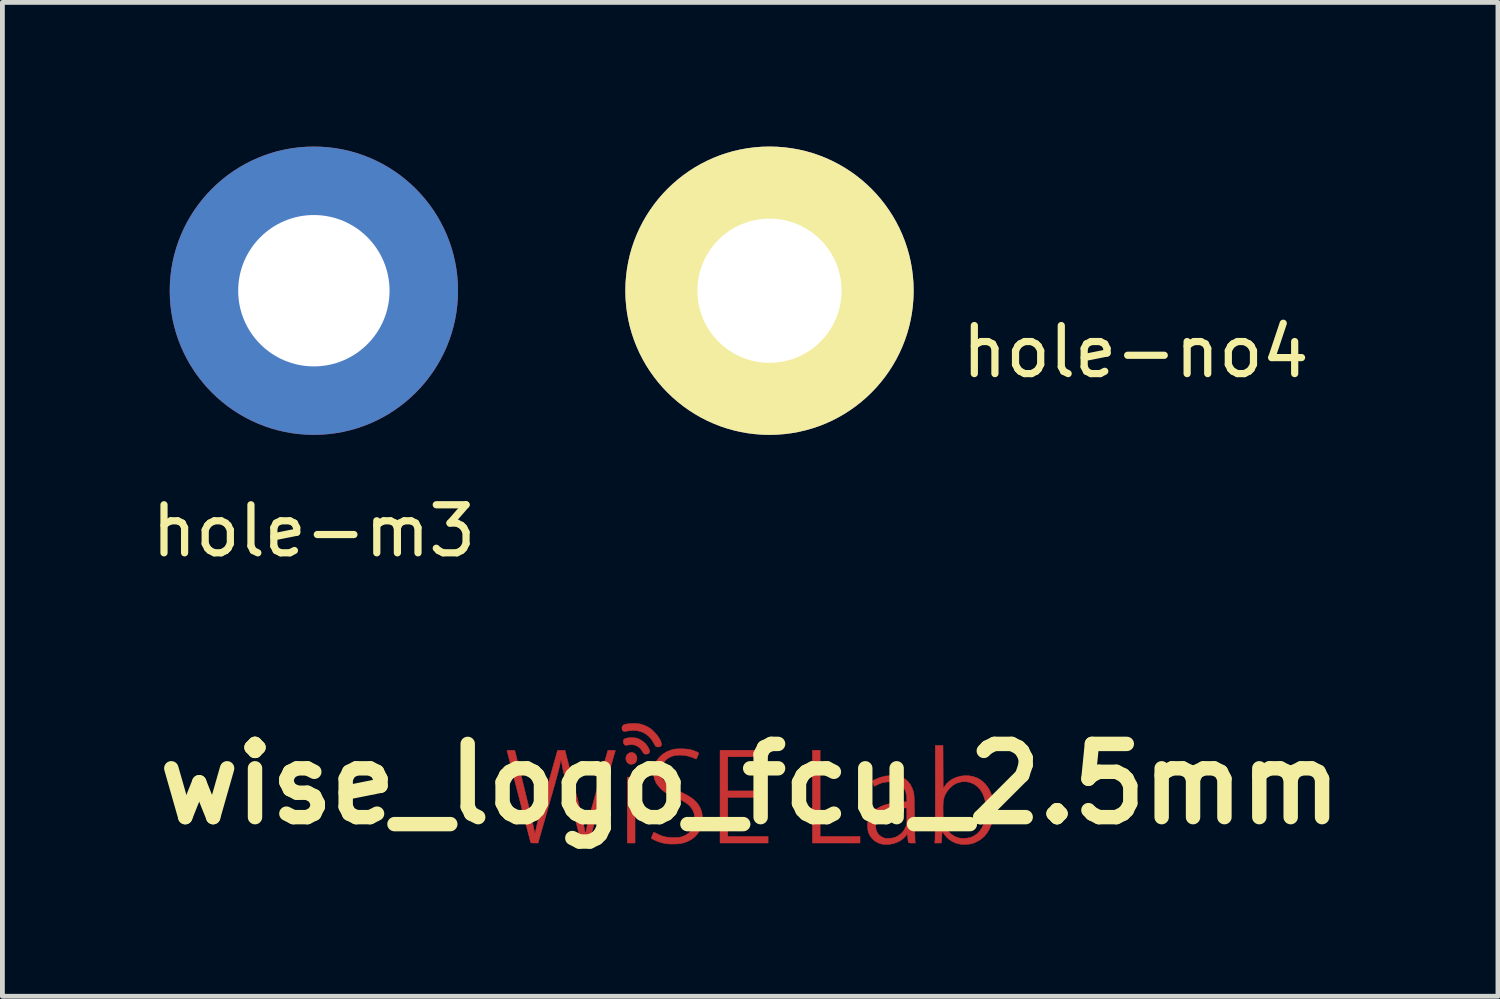
<source format=kicad_pcb>
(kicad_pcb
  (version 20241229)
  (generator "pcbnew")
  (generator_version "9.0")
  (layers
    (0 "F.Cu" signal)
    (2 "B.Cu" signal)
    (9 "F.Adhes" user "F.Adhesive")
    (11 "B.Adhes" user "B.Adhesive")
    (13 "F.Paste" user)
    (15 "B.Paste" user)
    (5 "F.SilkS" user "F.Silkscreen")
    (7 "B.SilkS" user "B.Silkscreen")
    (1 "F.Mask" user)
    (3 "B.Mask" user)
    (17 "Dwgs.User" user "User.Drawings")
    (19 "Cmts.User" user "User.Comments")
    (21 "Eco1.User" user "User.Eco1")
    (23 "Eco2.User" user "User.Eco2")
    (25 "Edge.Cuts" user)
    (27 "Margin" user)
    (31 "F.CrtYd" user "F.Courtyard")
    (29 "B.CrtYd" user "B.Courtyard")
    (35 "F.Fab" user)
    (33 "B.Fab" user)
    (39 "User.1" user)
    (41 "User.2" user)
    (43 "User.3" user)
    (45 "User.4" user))
  (footprint "hole-m3"
    (layer "F.Cu")
    (at 3.482 3)
    (property "Reference" "hole-m3" (at 0 5 0) (layer "F.SilkS") (effects (font (size 1 1) (thickness 0.15))))
    (attr through_hole)
    (pad "1" thru_hole circle (at 0 0) (size 6 6) (drill 3.15) (layers "*.Cu" "*.Mask")))
  (footprint "hole-no4"
    (layer "F.Cu")
    (at 12.964 3)
    (property "Reference" "hole-no4" (at 7.62 1.27 0) (layer "F.SilkS") (effects (font (size 1 1) (thickness 0.15))))
    (attr through_hole)
    (pad "1" thru_hole circle (at 0 0) (size 6 6) (drill 3) (layers "*.Cu" "*.Mask" "F.SilkS")))
  (footprint "wise_logo_fcu_2.5mm"
    (layer "F.Cu")
    (at 12.562 13.266)
    (property "Reference" "wise_logo_fcu_2.5mm" (at 0 0 0) (layer "F.SilkS") (effects (font (size 1.524 1.524) (thickness 0.3))))
    (attr through_hole)
    (fp_poly (pts (xy -2.396 1.228) (xy -2.557 1.228) (xy -2.557 -0.144) (xy -2.396 -0.144) (xy -2.396 1.228)) (stroke (width 0.01) (type solid)) (fill yes) (layer "F.Cu"))
    (fp_poly (pts (xy 1.456 1.092) (xy 2.286 1.092) (xy 2.286 1.228) (xy 1.295 1.228) (xy 1.295 -0.703) (xy 1.456 -0.703) (xy 1.456 1.092)) (stroke (width 0.01) (type solid)) (fill yes) (layer "F.Cu"))
    (fp_poly (pts (xy 0.33 -0.567) (xy -0.466 -0.567) (xy -0.466 0.144) (xy 0.279 0.144) (xy 0.279 0.279) (xy -0.466 0.279) (xy -0.466 1.092) (xy 0.373 1.092) (xy 0.373 1.228) (xy -0.627 1.228) (xy -0.627 -0.703) (xy 0.33 -0.703) (xy 0.33 -0.567)) (stroke (width 0.01) (type solid)) (fill yes) (layer "F.Cu"))
    (fp_poly (pts (xy -2.434 -0.652) (xy -2.399 -0.632) (xy -2.372 -0.598) (xy -2.369 -0.592) (xy -2.356 -0.55) (xy -2.358 -0.507) (xy -2.373 -0.467) (xy -2.4 -0.434) (xy -2.405 -0.43) (xy -2.438 -0.415) (xy -2.477 -0.41) (xy -2.514 -0.416) (xy -2.52 -0.418) (xy -2.552 -0.441) (xy -2.575 -0.475) (xy -2.587 -0.515) (xy -2.586 -0.556) (xy -2.572 -0.595) (xy -2.572 -0.596) (xy -2.544 -0.63) (xy -2.509 -0.651) (xy -2.471 -0.658) (xy -2.434 -0.652)) (stroke (width 0.01) (type solid)) (fill yes) (layer "F.Cu"))
    (fp_poly (pts (xy -2.448 -0.964) (xy -2.406 -0.961) (xy -2.375 -0.957) (xy -2.348 -0.95) (xy -2.318 -0.938) (xy -2.302 -0.93) (xy -2.236 -0.89) (xy -2.178 -0.839) (xy -2.132 -0.779) (xy -2.117 -0.752) (xy -2.1 -0.714) (xy -2.093 -0.686) (xy -2.095 -0.664) (xy -2.106 -0.644) (xy -2.106 -0.644) (xy -2.129 -0.628) (xy -2.159 -0.621) (xy -2.189 -0.623) (xy -2.208 -0.631) (xy -2.223 -0.646) (xy -2.239 -0.671) (xy -2.248 -0.685) (xy -2.281 -0.734) (xy -2.326 -0.774) (xy -2.377 -0.802) (xy -2.433 -0.818) (xy -2.484 -0.818) (xy -2.519 -0.814) (xy -2.555 -0.81) (xy -2.566 -0.808) (xy -2.591 -0.806) (xy -2.606 -0.809) (xy -2.619 -0.82) (xy -2.623 -0.826) (xy -2.638 -0.855) (xy -2.641 -0.89) (xy -2.634 -0.922) (xy -2.633 -0.923) (xy -2.616 -0.939) (xy -2.585 -0.951) (xy -2.542 -0.96) (xy -2.491 -0.964) (xy -2.448 -0.964)) (stroke (width 0.01) (type solid)) (fill yes) (layer "F.Cu"))
    (fp_poly (pts (xy -2.314 -1.253) (xy -2.252 -1.239) (xy -2.19 -1.216) (xy -2.148 -1.196) (xy -2.108 -1.174) (xy -2.074 -1.153) (xy -2.042 -1.127) (xy -2.006 -1.092) (xy -1.998 -1.084) (xy -1.952 -1.034) (xy -1.913 -0.983) (xy -1.882 -0.934) (xy -1.86 -0.889) (xy -1.848 -0.848) (xy -1.846 -0.815) (xy -1.856 -0.791) (xy -1.864 -0.784) (xy -1.888 -0.774) (xy -1.918 -0.771) (xy -1.946 -0.774) (xy -1.966 -0.785) (xy -1.966 -0.785) (xy -1.977 -0.8) (xy -1.992 -0.825) (xy -2.008 -0.854) (xy -2.01 -0.858) (xy -2.059 -0.935) (xy -2.118 -0.999) (xy -2.187 -1.05) (xy -2.263 -1.087) (xy -2.346 -1.109) (xy -2.434 -1.116) (xy -2.527 -1.107) (xy -2.539 -1.105) (xy -2.586 -1.097) (xy -2.619 -1.095) (xy -2.641 -1.101) (xy -2.656 -1.114) (xy -2.665 -1.136) (xy -2.666 -1.139) (xy -2.67 -1.17) (xy -2.663 -1.198) (xy -2.663 -1.199) (xy -2.649 -1.218) (xy -2.626 -1.234) (xy -2.591 -1.245) (xy -2.542 -1.253) (xy -2.479 -1.258) (xy -2.458 -1.259) (xy -2.381 -1.26) (xy -2.314 -1.253)) (stroke (width 0.01) (type solid)) (fill yes) (layer "F.Cu"))
    (fp_poly (pts (xy 4.015 -0.353) (xy 4.017 0.097) (xy 4.041 0.058) (xy 4.088 -0.007) (xy 4.148 -0.062) (xy 4.217 -0.107) (xy 4.295 -0.141) (xy 4.377 -0.163) (xy 4.463 -0.174) (xy 4.55 -0.172) (xy 4.635 -0.157) (xy 4.718 -0.129) (xy 4.75 -0.113) (xy 4.826 -0.064) (xy 4.893 -0.000448) (xy 4.951 0.075) (xy 4.998 0.163) (xy 5.033 0.26) (xy 5.046 0.313) (xy 5.064 0.423) (xy 5.07 0.534) (xy 5.063 0.642) (xy 5.046 0.747) (xy 5.017 0.845) (xy 4.979 0.936) (xy 4.93 1.018) (xy 4.873 1.089) (xy 4.807 1.146) (xy 4.806 1.147) (xy 4.729 1.194) (xy 4.649 1.23) (xy 4.611 1.241) (xy 4.566 1.25) (xy 4.51 1.256) (xy 4.451 1.257) (xy 4.396 1.255) (xy 4.369 1.252) (xy 4.281 1.23) (xy 4.199 1.193) (xy 4.126 1.142) (xy 4.063 1.078) (xy 4.033 1.036) (xy 4.016 1.011) (xy 4.006 0.999) (xy 4 0.998) (xy 3.996 1.006) (xy 3.995 1.008) (xy 3.992 1.027) (xy 3.99 1.056) (xy 3.989 1.09) (xy 3.989 1.096) (xy 3.987 1.134) (xy 3.985 1.168) (xy 3.983 1.194) (xy 3.982 1.196) (xy 3.977 1.228) (xy 3.841 1.228) (xy 3.847 1.15) (xy 3.848 1.131) (xy 3.848 1.097) (xy 3.849 1.048) (xy 3.85 0.985) (xy 3.85 0.911) (xy 3.851 0.825) (xy 3.851 0.73) (xy 3.852 0.626) (xy 3.852 0.515) (xy 3.852 0.488) (xy 4.014 0.488) (xy 4.015 0.563) (xy 4.015 0.584) (xy 4.016 0.649) (xy 4.017 0.7) (xy 4.019 0.739) (xy 4.021 0.769) (xy 4.023 0.792) (xy 4.027 0.81) (xy 4.032 0.827) (xy 4.038 0.842) (xy 4.077 0.92) (xy 4.127 0.989) (xy 4.187 1.045) (xy 4.254 1.089) (xy 4.328 1.118) (xy 4.356 1.125) (xy 4.403 1.131) (xy 4.459 1.131) (xy 4.517 1.126) (xy 4.569 1.116) (xy 4.592 1.11) (xy 4.667 1.075) (xy 4.732 1.027) (xy 4.788 0.965) (xy 4.834 0.891) (xy 4.869 0.806) (xy 4.894 0.709) (xy 4.907 0.602) (xy 4.908 0.583) (xy 4.908 0.474) (xy 4.895 0.372) (xy 4.871 0.279) (xy 4.835 0.194) (xy 4.79 0.12) (xy 4.734 0.058) (xy 4.669 0.009) (xy 4.637 -0.008) (xy 4.559 -0.037) (xy 4.48 -0.05) (xy 4.399 -0.045) (xy 4.318 -0.024) (xy 4.267 -0.002) (xy 4.224 0.025) (xy 4.179 0.063) (xy 4.135 0.108) (xy 4.097 0.157) (xy 4.07 0.2) (xy 4.053 0.234) (xy 4.04 0.267) (xy 4.03 0.3) (xy 4.022 0.336) (xy 4.018 0.377) (xy 4.015 0.427) (xy 4.014 0.488) (xy 3.852 0.488) (xy 3.852 0.398) (xy 3.852 0.275) (xy 3.852 0.149) (xy 3.852 0.134) (xy 3.852 -0.804) (xy 4.013 -0.804) (xy 4.015 -0.353)) (stroke (width 0.01) (type solid)) (fill yes) (layer "F.Cu"))
    (fp_poly (pts (xy -1.389 -0.731) (xy -1.326 -0.727) (xy -1.27 -0.72) (xy -1.233 -0.713) (xy -1.19 -0.7) (xy -1.15 -0.685) (xy -1.115 -0.671) (xy -1.088 -0.657) (xy -1.072 -0.646) (xy -1.07 -0.64) (xy -1.089 -0.591) (xy -1.104 -0.556) (xy -1.114 -0.533) (xy -1.121 -0.521) (xy -1.125 -0.519) (xy -1.125 -0.519) (xy -1.206 -0.555) (xy -1.294 -0.582) (xy -1.385 -0.598) (xy -1.475 -0.602) (xy -1.56 -0.595) (xy -1.577 -0.592) (xy -1.65 -0.568) (xy -1.716 -0.532) (xy -1.771 -0.483) (xy -1.815 -0.424) (xy -1.827 -0.4) (xy -1.838 -0.375) (xy -1.844 -0.353) (xy -1.848 -0.329) (xy -1.85 -0.296) (xy -1.85 -0.262) (xy -1.847 -0.2) (xy -1.839 -0.15) (xy -1.823 -0.107) (xy -1.798 -0.067) (xy -1.762 -0.026) (xy -1.749 -0.013) (xy -1.721 0.013) (xy -1.693 0.036) (xy -1.66 0.058) (xy -1.622 0.081) (xy -1.575 0.105) (xy -1.518 0.133) (xy -1.447 0.166) (xy -1.44 0.169) (xy -1.338 0.218) (xy -1.252 0.268) (xy -1.181 0.319) (xy -1.123 0.374) (xy -1.076 0.432) (xy -1.04 0.496) (xy -1.014 0.563) (xy -1.002 0.614) (xy -0.996 0.675) (xy -0.995 0.739) (xy -0.998 0.801) (xy -1.007 0.855) (xy -1.011 0.867) (xy -1.046 0.956) (xy -1.093 1.034) (xy -1.153 1.101) (xy -1.226 1.156) (xy -1.311 1.199) (xy -1.399 1.229) (xy -1.45 1.239) (xy -1.512 1.246) (xy -1.58 1.249) (xy -1.649 1.249) (xy -1.713 1.246) (xy -1.754 1.241) (xy -1.799 1.232) (xy -1.848 1.22) (xy -1.891 1.207) (xy -1.894 1.206) (xy -1.931 1.193) (xy -1.968 1.177) (xy -2.003 1.161) (xy -2.031 1.146) (xy -2.051 1.133) (xy -2.057 1.126) (xy -2.054 1.115) (xy -2.046 1.094) (xy -2.04 1.078) (xy -2.028 1.051) (xy -2.018 1.027) (xy -2.015 1.019) (xy -2.011 1.01) (xy -2.005 1.006) (xy -1.995 1.008) (xy -1.976 1.016) (xy -1.947 1.031) (xy -1.935 1.036) (xy -1.873 1.066) (xy -1.815 1.087) (xy -1.757 1.102) (xy -1.693 1.11) (xy -1.62 1.113) (xy -1.596 1.113) (xy -1.544 1.113) (xy -1.505 1.112) (xy -1.475 1.109) (xy -1.451 1.105) (xy -1.427 1.099) (xy -1.412 1.094) (xy -1.335 1.06) (xy -1.271 1.015) (xy -1.221 0.961) (xy -1.184 0.897) (xy -1.161 0.824) (xy -1.154 0.762) (xy -1.155 0.676) (xy -1.171 0.599) (xy -1.202 0.53) (xy -1.247 0.469) (xy -1.268 0.447) (xy -1.311 0.41) (xy -1.361 0.376) (xy -1.42 0.343) (xy -1.491 0.309) (xy -1.55 0.284) (xy -1.623 0.252) (xy -1.684 0.224) (xy -1.734 0.196) (xy -1.778 0.167) (xy -1.819 0.135) (xy -1.859 0.098) (xy -1.864 0.093) (xy -1.919 0.031) (xy -1.961 -0.03) (xy -1.989 -0.095) (xy -2.007 -0.167) (xy -2.007 -0.169) (xy -2.013 -0.257) (xy -2.004 -0.341) (xy -1.979 -0.421) (xy -1.94 -0.494) (xy -1.888 -0.56) (xy -1.823 -0.618) (xy -1.747 -0.667) (xy -1.66 -0.704) (xy -1.617 -0.717) (xy -1.573 -0.726) (xy -1.518 -0.731) (xy -1.455 -0.733) (xy -1.389 -0.731)) (stroke (width 0.01) (type solid)) (fill yes) (layer "F.Cu"))
    (fp_poly (pts (xy 2.988 -0.175) (xy 3.08 -0.162) (xy 3.161 -0.136) (xy 3.231 -0.098) (xy 3.289 -0.048) (xy 3.337 0.016) (xy 3.375 0.094) (xy 3.397 0.16) (xy 3.401 0.174) (xy 3.404 0.19) (xy 3.407 0.207) (xy 3.409 0.228) (xy 3.411 0.254) (xy 3.413 0.286) (xy 3.414 0.326) (xy 3.416 0.376) (xy 3.417 0.436) (xy 3.418 0.51) (xy 3.42 0.596) (xy 3.421 0.699) (xy 3.421 0.703) (xy 3.422 0.792) (xy 3.424 0.876) (xy 3.425 0.955) (xy 3.427 1.025) (xy 3.428 1.086) (xy 3.43 1.137) (xy 3.431 1.174) (xy 3.433 1.197) (xy 3.434 1.204) (xy 3.439 1.228) (xy 3.367 1.228) (xy 3.336 1.228) (xy 3.314 1.226) (xy 3.3 1.221) (xy 3.292 1.208) (xy 3.287 1.186) (xy 3.283 1.152) (xy 3.28 1.115) (xy 3.277 1.082) (xy 3.273 1.057) (xy 3.269 1.043) (xy 3.267 1.041) (xy 3.26 1.048) (xy 3.26 1.049) (xy 3.253 1.062) (xy 3.237 1.082) (xy 3.213 1.107) (xy 3.185 1.133) (xy 3.155 1.158) (xy 3.129 1.177) (xy 3.061 1.213) (xy 2.984 1.239) (xy 2.903 1.255) (xy 2.823 1.259) (xy 2.747 1.252) (xy 2.738 1.25) (xy 2.661 1.224) (xy 2.593 1.185) (xy 2.535 1.133) (xy 2.49 1.07) (xy 2.462 1.01) (xy 2.45 0.963) (xy 2.444 0.907) (xy 2.444 0.882) (xy 2.61 0.882) (xy 2.621 0.952) (xy 2.645 1.012) (xy 2.682 1.06) (xy 2.733 1.098) (xy 2.765 1.114) (xy 2.792 1.125) (xy 2.815 1.13) (xy 2.842 1.133) (xy 2.876 1.132) (xy 2.891 1.131) (xy 2.954 1.125) (xy 3.006 1.113) (xy 3.016 1.109) (xy 3.085 1.075) (xy 3.146 1.027) (xy 3.197 0.968) (xy 3.234 0.9) (xy 3.243 0.879) (xy 3.249 0.86) (xy 3.253 0.84) (xy 3.256 0.816) (xy 3.258 0.785) (xy 3.259 0.745) (xy 3.26 0.692) (xy 3.26 0.664) (xy 3.26 0.497) (xy 3.143 0.503) (xy 3.025 0.513) (xy 2.922 0.531) (xy 2.834 0.557) (xy 2.76 0.591) (xy 2.701 0.634) (xy 2.656 0.685) (xy 2.626 0.744) (xy 2.611 0.811) (xy 2.61 0.882) (xy 2.444 0.882) (xy 2.443 0.848) (xy 2.448 0.791) (xy 2.459 0.745) (xy 2.489 0.673) (xy 2.531 0.61) (xy 2.578 0.56) (xy 2.644 0.509) (xy 2.721 0.466) (xy 2.812 0.431) (xy 2.917 0.405) (xy 3.035 0.386) (xy 3.156 0.376) (xy 3.26 0.37) (xy 3.26 0.314) (xy 3.253 0.227) (xy 3.234 0.151) (xy 3.203 0.086) (xy 3.159 0.033) (xy 3.104 -0.009) (xy 3.078 -0.023) (xy 3.055 -0.033) (xy 3.035 -0.04) (xy 3.013 -0.044) (xy 2.986 -0.046) (xy 2.948 -0.046) (xy 2.921 -0.046) (xy 2.843 -0.043) (xy 2.776 -0.033) (xy 2.714 -0.015) (xy 2.652 0.013) (xy 2.636 0.021) (xy 2.584 0.049) (xy 2.567 0.006) (xy 2.557 -0.021) (xy 2.548 -0.043) (xy 2.545 -0.051) (xy 2.546 -0.06) (xy 2.557 -0.071) (xy 2.581 -0.085) (xy 2.601 -0.095) (xy 2.704 -0.137) (xy 2.81 -0.164) (xy 2.915 -0.176) (xy 2.988 -0.175)) (stroke (width 0.01) (type solid)) (fill yes) (layer "F.Cu"))
    (fp_poly (pts (xy -3.685 -0.041) (xy -3.647 0.106) (xy -3.614 0.238) (xy -3.584 0.355) (xy -3.558 0.46) (xy -3.535 0.552) (xy -3.515 0.632) (xy -3.499 0.703) (xy -3.484 0.765) (xy -3.472 0.818) (xy -3.463 0.865) (xy -3.455 0.906) (xy -3.448 0.942) (xy -3.445 0.959) (xy -3.439 0.995) (xy -3.433 1.014) (xy -3.427 1.017) (xy -3.421 1.003) (xy -3.417 0.984) (xy -3.409 0.944) (xy -3.396 0.889) (xy -3.38 0.822) (xy -3.361 0.744) (xy -3.339 0.657) (xy -3.314 0.563) (xy -3.288 0.464) (xy -3.276 0.423) (xy -3.255 0.346) (xy -3.232 0.263) (xy -3.208 0.176) (xy -3.183 0.086) (xy -3.158 -0.006) (xy -3.132 -0.098) (xy -3.107 -0.188) (xy -3.082 -0.276) (xy -3.059 -0.359) (xy -3.037 -0.437) (xy -3.017 -0.507) (xy -2.999 -0.569) (xy -2.985 -0.62) (xy -2.973 -0.66) (xy -2.965 -0.687) (xy -2.961 -0.699) (xy -2.961 -0.7) (xy -2.951 -0.701) (xy -2.929 -0.702) (xy -2.897 -0.701) (xy -2.881 -0.701) (xy -2.805 -0.699) (xy -3.069 0.216) (xy -3.104 0.338) (xy -3.138 0.455) (xy -3.171 0.568) (xy -3.201 0.675) (xy -3.23 0.774) (xy -3.257 0.865) (xy -3.28 0.947) (xy -3.301 1.019) (xy -3.318 1.078) (xy -3.332 1.125) (xy -3.341 1.159) (xy -3.347 1.177) (xy -3.347 1.179) (xy -3.362 1.228) (xy -3.437 1.228) (xy -3.474 1.227) (xy -3.497 1.225) (xy -3.51 1.222) (xy -3.516 1.216) (xy -3.517 1.213) (xy -3.52 1.203) (xy -3.526 1.177) (xy -3.536 1.138) (xy -3.55 1.086) (xy -3.566 1.022) (xy -3.585 0.949) (xy -3.606 0.866) (xy -3.629 0.776) (xy -3.653 0.68) (xy -3.679 0.578) (xy -3.691 0.533) (xy -3.727 0.393) (xy -3.759 0.267) (xy -3.787 0.155) (xy -3.811 0.057) (xy -3.833 -0.03) (xy -3.851 -0.106) (xy -3.867 -0.173) (xy -3.88 -0.231) (xy -3.892 -0.282) (xy -3.901 -0.328) (xy -3.909 -0.368) (xy -3.916 -0.404) (xy -3.921 -0.434) (xy -3.926 -0.465) (xy -3.932 -0.488) (xy -3.936 -0.499) (xy -3.937 -0.5) (xy -3.942 -0.492) (xy -3.947 -0.473) (xy -3.949 -0.464) (xy -3.954 -0.434) (xy -3.961 -0.399) (xy -3.97 -0.358) (xy -3.982 -0.309) (xy -3.997 -0.252) (xy -4.014 -0.186) (xy -4.035 -0.108) (xy -4.06 -0.019) (xy -4.088 0.083) (xy -4.121 0.2) (xy -4.15 0.299) (xy -4.178 0.398) (xy -4.206 0.497) (xy -4.234 0.595) (xy -4.26 0.689) (xy -4.285 0.777) (xy -4.308 0.857) (xy -4.328 0.928) (xy -4.345 0.986) (xy -4.357 1.03) (xy -4.358 1.031) (xy -4.414 1.228) (xy -4.489 1.228) (xy -4.53 1.227) (xy -4.555 1.224) (xy -4.567 1.218) (xy -4.568 1.217) (xy -4.57 1.208) (xy -4.577 1.183) (xy -4.587 1.144) (xy -4.601 1.091) (xy -4.617 1.027) (xy -4.637 0.951) (xy -4.659 0.865) (xy -4.684 0.77) (xy -4.71 0.667) (xy -4.739 0.556) (xy -4.769 0.44) (xy -4.8 0.319) (xy -4.813 0.267) (xy -4.845 0.144) (xy -4.875 0.025) (xy -4.905 -0.088) (xy -4.932 -0.195) (xy -4.957 -0.294) (xy -4.981 -0.384) (xy -5.002 -0.465) (xy -5.02 -0.534) (xy -5.035 -0.593) (xy -5.046 -0.638) (xy -5.055 -0.669) (xy -5.059 -0.686) (xy -5.06 -0.688) (xy -5.061 -0.695) (xy -5.056 -0.699) (xy -5.043 -0.701) (xy -5.019 -0.702) (xy -4.982 -0.701) (xy -4.899 -0.699) (xy -4.765 -0.165) (xy -4.724 -0.001) (xy -4.686 0.153) (xy -4.651 0.296) (xy -4.619 0.428) (xy -4.59 0.547) (xy -4.564 0.654) (xy -4.543 0.747) (xy -4.525 0.825) (xy -4.511 0.889) (xy -4.501 0.937) (xy -4.499 0.946) (xy -4.492 0.98) (xy -4.486 1.006) (xy -4.481 1.022) (xy -4.479 1.024) (xy -4.476 1.017) (xy -4.47 0.995) (xy -4.462 0.962) (xy -4.453 0.922) (xy -4.447 0.895) (xy -4.441 0.867) (xy -4.433 0.834) (xy -4.424 0.795) (xy -4.413 0.75) (xy -4.399 0.698) (xy -4.383 0.637) (xy -4.364 0.568) (xy -4.342 0.489) (xy -4.317 0.399) (xy -4.289 0.297) (xy -4.257 0.183) (xy -4.222 0.056) (xy -4.182 -0.086) (xy -4.137 -0.243) (xy -4.121 -0.301) (xy -4.009 -0.699) (xy -3.932 -0.701) (xy -3.855 -0.703) (xy -3.685 -0.041)) (stroke (width 0.01) (type solid)) (fill yes) (layer "F.Cu")))
  (gr_rect
    (start -3 -3)
    (end 28.124 17.684)
    (stroke (width 0.1) (type default))
    (fill no)
    (layer "Edge.Cuts")))
</source>
